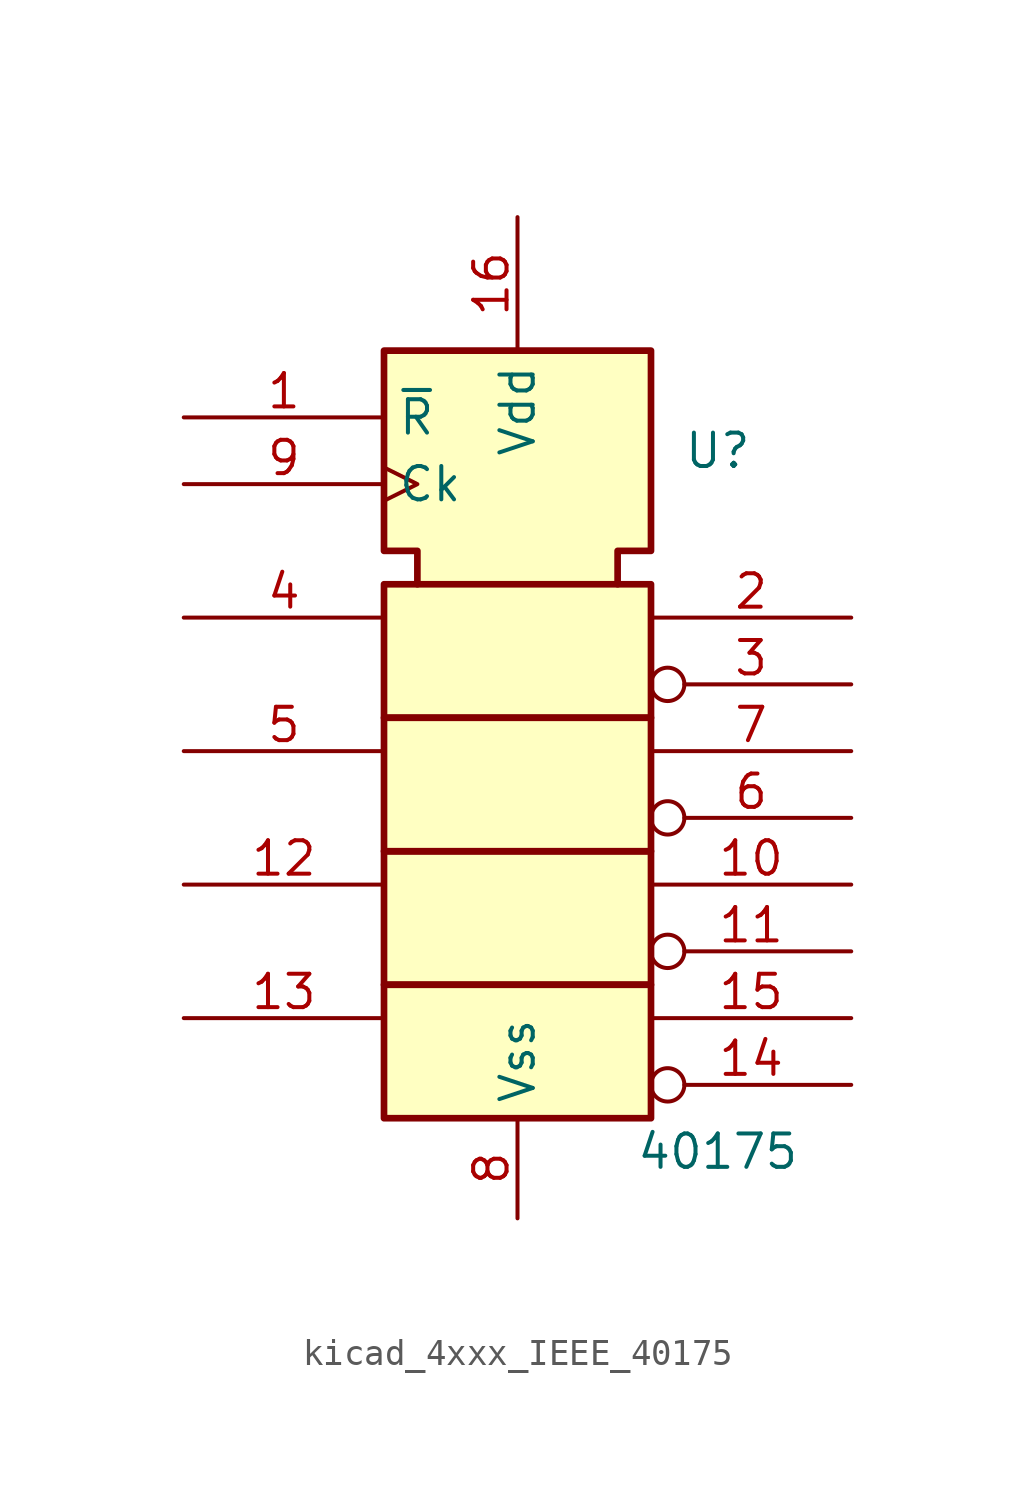
<source format=kicad_sym>
(kicad_symbol_lib
  (version 20220914)
  (generator kicad_symbol_editor)
  (symbol "kicad_4xxx_IEEE_40175"
    (property "Reference" "U"
      (at 7.62 11.43 0)
      (effects (font (size 1.27 1.27))))
    (property "Value" "40175"
      (at 7.62 -15.24 0)
      (effects (font (size 1.27 1.27))))
    (symbol "kicad_4xxx_IEEE_40175_0_1"
      (rectangle (start -5.08 -8.89) (end 5.08 -13.97) (stroke (width 0.254) (type default)) (fill (type background)))
      (rectangle (start -5.08 1.27) (end 5.08 -3.81) (stroke (width 0.254) (type default)) (fill (type background)))
      (polyline (pts (xy -3.81 6.35) (xy -3.81 7.62) (xy -5.08 7.62) (xy -5.08 15.24) (xy 5.08 15.24) (xy 5.08 7.62) (xy 3.81 7.62) (xy 3.81 6.35) (xy 3.81 6.35)) (stroke (width 0.254) (type default)) (fill (type background)))
      (rectangle (start 5.08 -3.81) (end -5.08 -8.89) (stroke (width 0.254) (type default)) (fill (type background)))
      (rectangle (start 5.08 6.35) (end -5.08 1.27) (stroke (width 0.254) (type default)) (fill (type background))))
    (symbol "kicad_4xxx_IEEE_40175_1_0"
      (pin input line (at -12.7 12.7 0) (length 7.62) (name "~{R}" (effects (font (size 1.27 1.27)))) (number "1" (effects (font (size 1.27 1.27)))))
      (pin output line (at 12.7 -5.08 180) (length 7.62) (name "~" (effects (font (size 1.27 1.27)))) (number "10" (effects (font (size 1.27 1.27)))))
      (pin output inverted (at 12.7 -7.62 180) (length 7.62) (name "~" (effects (font (size 1.27 1.27)))) (number "11" (effects (font (size 1.27 1.27)))))
      (pin input line (at -12.7 -5.08 0) (length 7.62) (name "~" (effects (font (size 1.27 1.27)))) (number "12" (effects (font (size 1.27 1.27)))))
      (pin input line (at -12.7 -10.16 0) (length 7.62) (name "~" (effects (font (size 1.27 1.27)))) (number "13" (effects (font (size 1.27 1.27)))))
      (pin output inverted (at 12.7 -12.7 180) (length 7.62) (name "~" (effects (font (size 1.27 1.27)))) (number "14" (effects (font (size 1.27 1.27)))))
      (pin output line (at 12.7 -10.16 180) (length 7.62) (name "~" (effects (font (size 1.27 1.27)))) (number "15" (effects (font (size 1.27 1.27)))))
      (pin power_in line (at 0 20.32 270) (length 5.08) (name "Vdd" (effects (font (size 1.27 1.27)))) (number "16" (effects (font (size 1.27 1.27)))))
      (pin output line (at 12.7 5.08 180) (length 7.62) (name "~" (effects (font (size 1.27 1.27)))) (number "2" (effects (font (size 1.27 1.27)))))
      (pin output inverted (at 12.7 2.54 180) (length 7.62) (name "~" (effects (font (size 1.27 1.27)))) (number "3" (effects (font (size 1.27 1.27)))))
      (pin input line (at -12.7 5.08 0) (length 7.62) (name "~" (effects (font (size 1.27 1.27)))) (number "4" (effects (font (size 1.27 1.27)))))
      (pin input line (at -12.7 0 0) (length 7.62) (name "~" (effects (font (size 1.27 1.27)))) (number "5" (effects (font (size 1.27 1.27)))))
      (pin output inverted (at 12.7 -2.54 180) (length 7.62) (name "~" (effects (font (size 1.27 1.27)))) (number "6" (effects (font (size 1.27 1.27)))))
      (pin output line (at 12.7 0 180) (length 7.62) (name "~" (effects (font (size 1.27 1.27)))) (number "7" (effects (font (size 1.27 1.27)))))
      (pin power_in line (at 0 -17.78 90) (length 3.81) (name "Vss" (effects (font (size 1.27 1.27)))) (number "8" (effects (font (size 1.27 1.27)))))
      (pin input clock (at -12.7 10.16 0) (length 7.62) (name "Ck" (effects (font (size 1.27 1.27)))) (number "9" (effects (font (size 1.27 1.27))))))))
</source>
